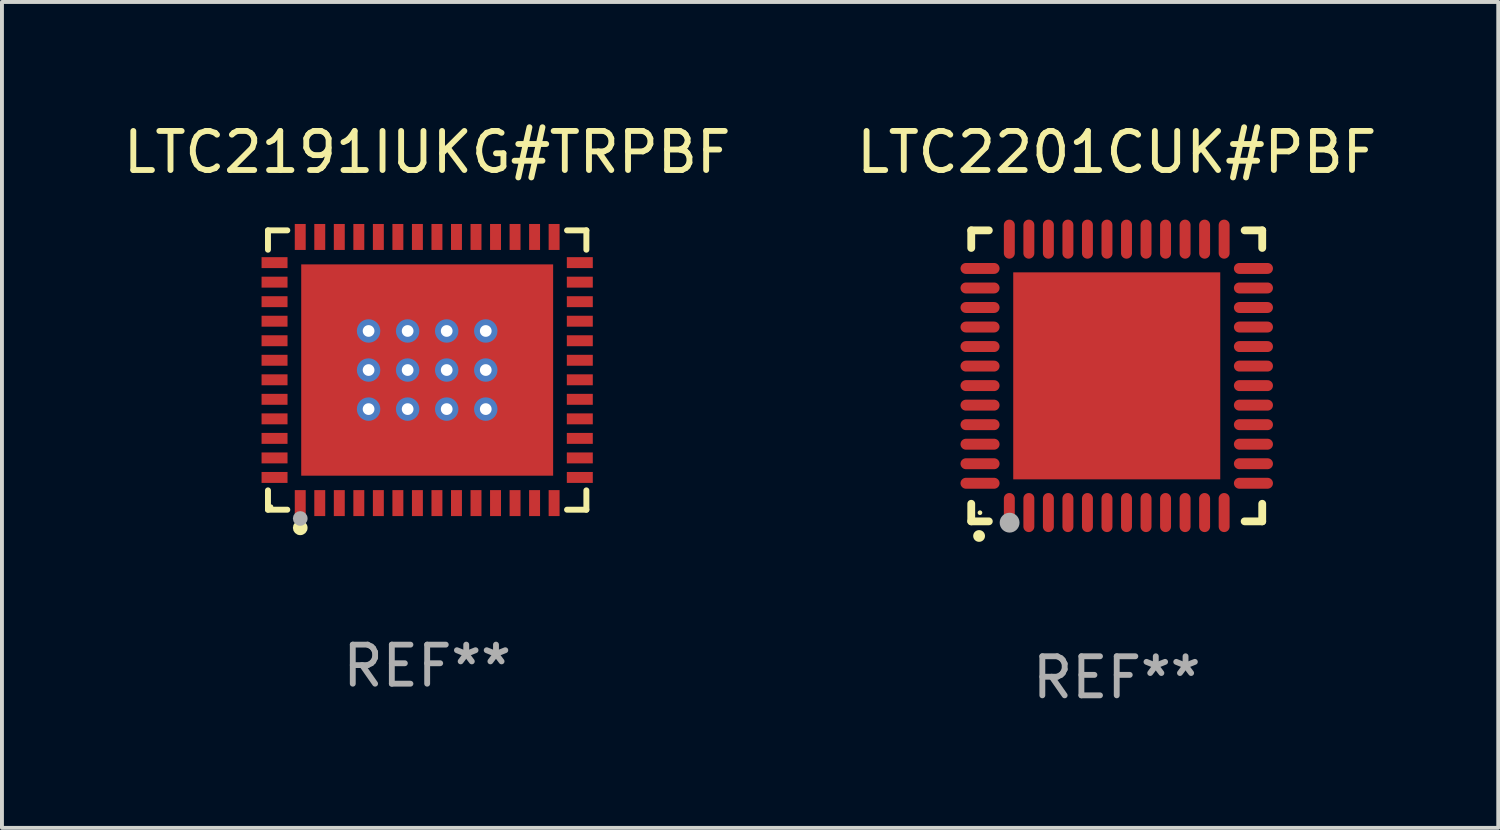
<source format=kicad_pcb>
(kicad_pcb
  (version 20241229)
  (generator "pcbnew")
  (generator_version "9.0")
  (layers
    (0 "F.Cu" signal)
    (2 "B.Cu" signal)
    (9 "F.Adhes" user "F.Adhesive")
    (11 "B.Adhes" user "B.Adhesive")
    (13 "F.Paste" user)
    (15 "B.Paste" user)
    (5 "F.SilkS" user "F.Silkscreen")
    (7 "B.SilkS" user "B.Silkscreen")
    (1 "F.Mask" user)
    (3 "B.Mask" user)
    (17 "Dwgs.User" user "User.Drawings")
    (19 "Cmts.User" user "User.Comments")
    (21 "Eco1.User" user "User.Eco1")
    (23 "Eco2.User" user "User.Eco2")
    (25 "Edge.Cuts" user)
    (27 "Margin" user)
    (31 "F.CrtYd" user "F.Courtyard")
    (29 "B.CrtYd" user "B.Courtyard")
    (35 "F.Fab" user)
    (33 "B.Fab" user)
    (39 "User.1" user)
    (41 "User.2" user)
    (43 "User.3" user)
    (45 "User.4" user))
  (footprint "LTC2191IUKG#TRPBF"
    (layer "F.Cu")
    (at 7.887 6.424)
    (property "Reference" "LTC2191IUKG#TRPBF" (at 0 -5.576 0) (layer "F.SilkS") (effects (font (size 1 1) (thickness 0.15))))
    (attr through_hole)
    (fp_line (start -4.076 -3.576) (end -3.581 -3.576) (stroke (width 0.152) (type solid)) (layer "F.SilkS"))
    (fp_line (start -4.076 -3.081) (end -4.076 -3.576) (stroke (width 0.152) (type solid)) (layer "F.SilkS"))
    (fp_line (start -4.076 3.081) (end -4.076 3.576) (stroke (width 0.152) (type solid)) (layer "F.SilkS"))
    (fp_line (start -4.076 3.576) (end -3.581 3.576) (stroke (width 0.152) (type solid)) (layer "F.SilkS"))
    (fp_line (start 4.076 -3.576) (end 3.581 -3.576) (stroke (width 0.152) (type solid)) (layer "F.SilkS"))
    (fp_line (start 4.076 -3.081) (end 4.076 -3.576) (stroke (width 0.152) (type solid)) (layer "F.SilkS"))
    (fp_line (start 4.076 3.081) (end 4.076 3.576) (stroke (width 0.152) (type solid)) (layer "F.SilkS"))
    (fp_line (start 4.076 3.576) (end 3.581 3.576) (stroke (width 0.152) (type solid)) (layer "F.SilkS"))
    (fp_circle (center -4 3.5) (end -3.97 3.5) (stroke (width 0.06) (type solid)) (fill no) (layer "F.SilkS"))
    (fp_circle (center -3.25 4.04) (end -3.156 4.04) (stroke (width 0.188) (type solid)) (fill no) (layer "F.SilkS"))
    (fp_circle (center -3.25 3.8) (end -3.156 3.8) (stroke (width 0.188) (type solid)) (fill no) (layer "F.Fab"))
    (fp_text user "REF**" (at 0 7.576 0) (layer "F.Fab") (effects (font (size 1 1) (thickness 0.15))))
    (pad "1" smd rect (at -3.25 3.407) (size 0.28 0.665) (layers "F.Cu" "F.Mask" "F.Paste"))
    (pad "2" smd rect (at -2.75 3.407) (size 0.28 0.665) (layers "F.Cu" "F.Mask" "F.Paste"))
    (pad "3" smd rect (at -2.25 3.407) (size 0.28 0.665) (layers "F.Cu" "F.Mask" "F.Paste"))
    (pad "4" smd rect (at -1.75 3.407) (size 0.28 0.665) (layers "F.Cu" "F.Mask" "F.Paste"))
    (pad "5" smd rect (at -1.25 3.407) (size 0.28 0.665) (layers "F.Cu" "F.Mask" "F.Paste"))
    (pad "6" smd rect (at -0.75 3.407) (size 0.28 0.665) (layers "F.Cu" "F.Mask" "F.Paste"))
    (pad "7" smd rect (at -0.25 3.407) (size 0.28 0.665) (layers "F.Cu" "F.Mask" "F.Paste"))
    (pad "8" smd rect (at 0.25 3.407) (size 0.28 0.665) (layers "F.Cu" "F.Mask" "F.Paste"))
    (pad "9" smd rect (at 0.75 3.407) (size 0.28 0.665) (layers "F.Cu" "F.Mask" "F.Paste"))
    (pad "10" smd rect (at 1.25 3.407) (size 0.28 0.665) (layers "F.Cu" "F.Mask" "F.Paste"))
    (pad "11" smd rect (at 1.75 3.407) (size 0.28 0.665) (layers "F.Cu" "F.Mask" "F.Paste"))
    (pad "12" smd rect (at 2.25 3.407) (size 0.28 0.665) (layers "F.Cu" "F.Mask" "F.Paste"))
    (pad "13" smd rect (at 2.75 3.407) (size 0.28 0.665) (layers "F.Cu" "F.Mask" "F.Paste"))
    (pad "14" smd rect (at 3.25 3.407) (size 0.28 0.665) (layers "F.Cu" "F.Mask" "F.Paste"))
    (pad "15" smd rect (at 3.908 2.75) (size 0.665 0.28) (layers "F.Cu" "F.Mask" "F.Paste"))
    (pad "16" smd rect (at 3.908 2.25) (size 0.665 0.28) (layers "F.Cu" "F.Mask" "F.Paste"))
    (pad "17" smd rect (at 3.908 1.75) (size 0.665 0.28) (layers "F.Cu" "F.Mask" "F.Paste"))
    (pad "18" smd rect (at 3.908 1.25) (size 0.665 0.28) (layers "F.Cu" "F.Mask" "F.Paste"))
    (pad "19" smd rect (at 3.908 0.75) (size 0.665 0.28) (layers "F.Cu" "F.Mask" "F.Paste"))
    (pad "20" smd rect (at 3.908 0.25) (size 0.665 0.28) (layers "F.Cu" "F.Mask" "F.Paste"))
    (pad "21" smd rect (at 3.908 -0.25) (size 0.665 0.28) (layers "F.Cu" "F.Mask" "F.Paste"))
    (pad "22" smd rect (at 3.908 -0.75) (size 0.665 0.28) (layers "F.Cu" "F.Mask" "F.Paste"))
    (pad "23" smd rect (at 3.908 -1.25) (size 0.665 0.28) (layers "F.Cu" "F.Mask" "F.Paste"))
    (pad "24" smd rect (at 3.908 -1.75) (size 0.665 0.28) (layers "F.Cu" "F.Mask" "F.Paste"))
    (pad "25" smd rect (at 3.908 -2.25) (size 0.665 0.28) (layers "F.Cu" "F.Mask" "F.Paste"))
    (pad "26" smd rect (at 3.908 -2.75) (size 0.665 0.28) (layers "F.Cu" "F.Mask" "F.Paste"))
    (pad "27" smd rect (at 3.25 -3.407) (size 0.28 0.665) (layers "F.Cu" "F.Mask" "F.Paste"))
    (pad "28" smd rect (at 2.75 -3.407) (size 0.28 0.665) (layers "F.Cu" "F.Mask" "F.Paste"))
    (pad "29" smd rect (at 2.25 -3.407) (size 0.28 0.665) (layers "F.Cu" "F.Mask" "F.Paste"))
    (pad "30" smd rect (at 1.75 -3.407) (size 0.28 0.665) (layers "F.Cu" "F.Mask" "F.Paste"))
    (pad "31" smd rect (at 1.25 -3.407) (size 0.28 0.665) (layers "F.Cu" "F.Mask" "F.Paste"))
    (pad "32" smd rect (at 0.75 -3.407) (size 0.28 0.665) (layers "F.Cu" "F.Mask" "F.Paste"))
    (pad "33" smd rect (at 0.25 -3.407) (size 0.28 0.665) (layers "F.Cu" "F.Mask" "F.Paste"))
    (pad "34" smd rect (at -0.25 -3.407) (size 0.28 0.665) (layers "F.Cu" "F.Mask" "F.Paste"))
    (pad "35" smd rect (at -0.75 -3.407) (size 0.28 0.665) (layers "F.Cu" "F.Mask" "F.Paste"))
    (pad "36" smd rect (at -1.25 -3.407) (size 0.28 0.665) (layers "F.Cu" "F.Mask" "F.Paste"))
    (pad "37" smd rect (at -1.75 -3.407) (size 0.28 0.665) (layers "F.Cu" "F.Mask" "F.Paste"))
    (pad "38" smd rect (at -2.25 -3.407) (size 0.28 0.665) (layers "F.Cu" "F.Mask" "F.Paste"))
    (pad "39" smd rect (at -2.75 -3.407) (size 0.28 0.665) (layers "F.Cu" "F.Mask" "F.Paste"))
    (pad "40" smd rect (at -3.25 -3.407) (size 0.28 0.665) (layers "F.Cu" "F.Mask" "F.Paste"))
    (pad "41" smd rect (at -3.908 -2.75) (size 0.665 0.28) (layers "F.Cu" "F.Mask" "F.Paste"))
    (pad "42" smd rect (at -3.908 -2.25) (size 0.665 0.28) (layers "F.Cu" "F.Mask" "F.Paste"))
    (pad "43" smd rect (at -3.908 -1.75) (size 0.665 0.28) (layers "F.Cu" "F.Mask" "F.Paste"))
    (pad "44" smd rect (at -3.908 -1.25) (size 0.665 0.28) (layers "F.Cu" "F.Mask" "F.Paste"))
    (pad "45" smd rect (at -3.908 -0.75) (size 0.665 0.28) (layers "F.Cu" "F.Mask" "F.Paste"))
    (pad "46" smd rect (at -3.908 -0.25) (size 0.665 0.28) (layers "F.Cu" "F.Mask" "F.Paste"))
    (pad "47" smd rect (at -3.908 0.25) (size 0.665 0.28) (layers "F.Cu" "F.Mask" "F.Paste"))
    (pad "48" smd rect (at -3.908 0.75) (size 0.665 0.28) (layers "F.Cu" "F.Mask" "F.Paste"))
    (pad "49" smd rect (at -3.908 1.25) (size 0.665 0.28) (layers "F.Cu" "F.Mask" "F.Paste"))
    (pad "50" smd rect (at -3.908 1.75) (size 0.665 0.28) (layers "F.Cu" "F.Mask" "F.Paste"))
    (pad "51" smd rect (at -3.908 2.25) (size 0.665 0.28) (layers "F.Cu" "F.Mask" "F.Paste"))
    (pad "52" smd rect (at -3.908 2.75) (size 0.665 0.28) (layers "F.Cu" "F.Mask" "F.Paste"))
    (pad "53" thru_hole circle (at -1.5 -1) (size 0.6 0.6) (drill 0.3) (layers "*.Cu" "*.Mask"))
    (pad "53" thru_hole circle (at -1.5 0) (size 0.6 0.6) (drill 0.3) (layers "*.Cu" "*.Mask"))
    (pad "53" thru_hole circle (at -1.5 1) (size 0.6 0.6) (drill 0.3) (layers "*.Cu" "*.Mask"))
    (pad "53" thru_hole circle (at -0.5 -1) (size 0.6 0.6) (drill 0.3) (layers "*.Cu" "*.Mask"))
    (pad "53" thru_hole circle (at -0.5 0) (size 0.6 0.6) (drill 0.3) (layers "*.Cu" "*.Mask"))
    (pad "53" thru_hole circle (at -0.5 1) (size 0.6 0.6) (drill 0.3) (layers "*.Cu" "*.Mask"))
    (pad "53" smd rect (at 0 0) (size 6.45 5.41) (layers "F.Cu" "F.Mask" "F.Paste"))
    (pad "53" thru_hole circle (at 0.5 -1) (size 0.6 0.6) (drill 0.3) (layers "*.Cu" "*.Mask"))
    (pad "53" thru_hole circle (at 0.5 0) (size 0.6 0.6) (drill 0.3) (layers "*.Cu" "*.Mask"))
    (pad "53" thru_hole circle (at 0.5 1) (size 0.6 0.6) (drill 0.3) (layers "*.Cu" "*.Mask"))
    (pad "53" thru_hole circle (at 1.5 -1) (size 0.6 0.6) (drill 0.3) (layers "*.Cu" "*.Mask"))
    (pad "53" thru_hole circle (at 1.5 0) (size 0.6 0.6) (drill 0.3) (layers "*.Cu" "*.Mask"))
    (pad "53" thru_hole circle (at 1.5 1) (size 0.6 0.6) (drill 0.3) (layers "*.Cu" "*.Mask")))
  (footprint "LTC2201CUK#PBF"
    (layer "F.Cu")
    (at 25.542 6.573)
    (property "Reference" "LTC2201CUK#PBF" (at 0 -5.725 0) (layer "F.SilkS") (effects (font (size 1 1) (thickness 0.15))))
    (attr through_hole)
    (fp_line (start -3.725 -3.725) (end -3.275 -3.725) (stroke (width 0.2) (type solid)) (layer "F.SilkS"))
    (fp_line (start -3.725 -3.275) (end -3.725 -3.725) (stroke (width 0.2) (type solid)) (layer "F.SilkS"))
    (fp_line (start -3.725 3.725) (end -3.725 3.275) (stroke (width 0.2) (type solid)) (layer "F.SilkS"))
    (fp_line (start -3.275 3.725) (end -3.725 3.725) (stroke (width 0.2) (type solid)) (layer "F.SilkS"))
    (fp_line (start 3.275 3.725) (end 3.725 3.725) (stroke (width 0.2) (type solid)) (layer "F.SilkS"))
    (fp_line (start 3.725 -3.725) (end 3.275 -3.725) (stroke (width 0.2) (type solid)) (layer "F.SilkS"))
    (fp_line (start 3.725 -3.275) (end 3.725 -3.725) (stroke (width 0.2) (type solid)) (layer "F.SilkS"))
    (fp_line (start 3.725 3.725) (end 3.725 3.275) (stroke (width 0.2) (type solid)) (layer "F.SilkS"))
    (fp_arc (start -3.525527 4.099568) (mid -3.524257 4.099563) (end -3.522987 4.099568) (stroke (width 0.3) (type solid)) (layer "F.SilkS"))
    (fp_circle (center -3.502 3.504) (end -3.472 3.504) (stroke (width 0.06) (type solid)) (fill no) (layer "F.SilkS"))
    (fp_circle (center -2.743 3.759) (end -2.616 3.759) (stroke (width 0.254) (type solid)) (fill no) (layer "F.Fab"))
    (fp_text user "REF**" (at 0 7.725 0) (layer "F.Fab") (effects (font (size 1 1) (thickness 0.15))))
    (pad "1" smd oval (at -2.75 3.5) (size 0.28 1) (layers "F.Cu" "F.Mask" "F.Paste"))
    (pad "2" smd oval (at -2.25 3.5) (size 0.28 1) (layers "F.Cu" "F.Mask" "F.Paste"))
    (pad "3" smd oval (at -1.75 3.5) (size 0.28 1) (layers "F.Cu" "F.Mask" "F.Paste"))
    (pad "4" smd oval (at -1.25 3.5) (size 0.28 1) (layers "F.Cu" "F.Mask" "F.Paste"))
    (pad "5" smd oval (at -0.75 3.5) (size 0.28 1) (layers "F.Cu" "F.Mask" "F.Paste"))
    (pad "6" smd oval (at -0.25 3.5) (size 0.28 1) (layers "F.Cu" "F.Mask" "F.Paste"))
    (pad "7" smd oval (at 0.25 3.5) (size 0.28 1) (layers "F.Cu" "F.Mask" "F.Paste"))
    (pad "8" smd oval (at 0.75 3.5) (size 0.28 1) (layers "F.Cu" "F.Mask" "F.Paste"))
    (pad "9" smd oval (at 1.25 3.5) (size 0.28 1) (layers "F.Cu" "F.Mask" "F.Paste"))
    (pad "10" smd oval (at 1.75 3.5) (size 0.28 1) (layers "F.Cu" "F.Mask" "F.Paste"))
    (pad "11" smd oval (at 2.25 3.5) (size 0.28 1) (layers "F.Cu" "F.Mask" "F.Paste"))
    (pad "12" smd oval (at 2.75 3.5) (size 0.28 1) (layers "F.Cu" "F.Mask" "F.Paste"))
    (pad "13" smd oval (at 3.5 2.75) (size 1 0.28) (layers "F.Cu" "F.Mask" "F.Paste"))
    (pad "14" smd oval (at 3.5 2.25) (size 1 0.28) (layers "F.Cu" "F.Mask" "F.Paste"))
    (pad "15" smd oval (at 3.5 1.75) (size 1 0.28) (layers "F.Cu" "F.Mask" "F.Paste"))
    (pad "16" smd oval (at 3.5 1.25) (size 1 0.28) (layers "F.Cu" "F.Mask" "F.Paste"))
    (pad "17" smd oval (at 3.5 0.75) (size 1 0.28) (layers "F.Cu" "F.Mask" "F.Paste"))
    (pad "18" smd oval (at 3.5 0.25) (size 1 0.28) (layers "F.Cu" "F.Mask" "F.Paste"))
    (pad "19" smd oval (at 3.5 -0.25) (size 1 0.28) (layers "F.Cu" "F.Mask" "F.Paste"))
    (pad "20" smd oval (at 3.5 -0.75) (size 1 0.28) (layers "F.Cu" "F.Mask" "F.Paste"))
    (pad "21" smd oval (at 3.5 -1.25) (size 1 0.28) (layers "F.Cu" "F.Mask" "F.Paste"))
    (pad "22" smd oval (at 3.5 -1.75) (size 1 0.28) (layers "F.Cu" "F.Mask" "F.Paste"))
    (pad "23" smd oval (at 3.5 -2.25) (size 1 0.28) (layers "F.Cu" "F.Mask" "F.Paste"))
    (pad "24" smd oval (at 3.5 -2.75) (size 1 0.28) (layers "F.Cu" "F.Mask" "F.Paste"))
    (pad "25" smd oval (at 2.75 -3.5) (size 0.28 1) (layers "F.Cu" "F.Mask" "F.Paste"))
    (pad "26" smd oval (at 2.25 -3.5) (size 0.28 1) (layers "F.Cu" "F.Mask" "F.Paste"))
    (pad "27" smd oval (at 1.75 -3.5) (size 0.28 1) (layers "F.Cu" "F.Mask" "F.Paste"))
    (pad "28" smd oval (at 1.25 -3.5) (size 0.28 1) (layers "F.Cu" "F.Mask" "F.Paste"))
    (pad "29" smd oval (at 0.75 -3.5) (size 0.28 1) (layers "F.Cu" "F.Mask" "F.Paste"))
    (pad "30" smd oval (at 0.25 -3.5) (size 0.28 1) (layers "F.Cu" "F.Mask" "F.Paste"))
    (pad "31" smd oval (at -0.25 -3.5) (size 0.28 1) (layers "F.Cu" "F.Mask" "F.Paste"))
    (pad "32" smd oval (at -0.75 -3.5) (size 0.28 1) (layers "F.Cu" "F.Mask" "F.Paste"))
    (pad "33" smd oval (at -1.25 -3.5) (size 0.28 1) (layers "F.Cu" "F.Mask" "F.Paste"))
    (pad "34" smd oval (at -1.75 -3.5) (size 0.28 1) (layers "F.Cu" "F.Mask" "F.Paste"))
    (pad "35" smd oval (at -2.25 -3.5) (size 0.28 1) (layers "F.Cu" "F.Mask" "F.Paste"))
    (pad "36" smd oval (at -2.75 -3.5) (size 0.28 1) (layers "F.Cu" "F.Mask" "F.Paste"))
    (pad "37" smd oval (at -3.5 -2.75) (size 1 0.28) (layers "F.Cu" "F.Mask" "F.Paste"))
    (pad "38" smd oval (at -3.5 -2.25) (size 1 0.28) (layers "F.Cu" "F.Mask" "F.Paste"))
    (pad "39" smd oval (at -3.5 -1.75) (size 1 0.28) (layers "F.Cu" "F.Mask" "F.Paste"))
    (pad "40" smd oval (at -3.5 -1.25) (size 1 0.28) (layers "F.Cu" "F.Mask" "F.Paste"))
    (pad "41" smd oval (at -3.5 -0.75) (size 1 0.28) (layers "F.Cu" "F.Mask" "F.Paste"))
    (pad "42" smd oval (at -3.5 -0.25) (size 1 0.28) (layers "F.Cu" "F.Mask" "F.Paste"))
    (pad "43" smd oval (at -3.5 0.25) (size 1 0.28) (layers "F.Cu" "F.Mask" "F.Paste"))
    (pad "44" smd oval (at -3.5 0.75) (size 1 0.28) (layers "F.Cu" "F.Mask" "F.Paste"))
    (pad "45" smd oval (at -3.5 1.25) (size 1 0.28) (layers "F.Cu" "F.Mask" "F.Paste"))
    (pad "46" smd oval (at -3.5 1.75) (size 1 0.28) (layers "F.Cu" "F.Mask" "F.Paste"))
    (pad "47" smd oval (at -3.5 2.25) (size 1 0.28) (layers "F.Cu" "F.Mask" "F.Paste"))
    (pad "48" smd oval (at -3.5 2.75) (size 1 0.28) (layers "F.Cu" "F.Mask" "F.Paste"))
    (pad "49" smd rect (at 0 0) (size 5.3 5.3) (layers "F.Cu" "F.Mask" "F.Paste")))
  (gr_rect
    (start -3 -3)
    (end 35.31 18.146)
    (stroke (width 0.1) (type default))
    (fill no)
    (layer "Edge.Cuts")))
</source>
